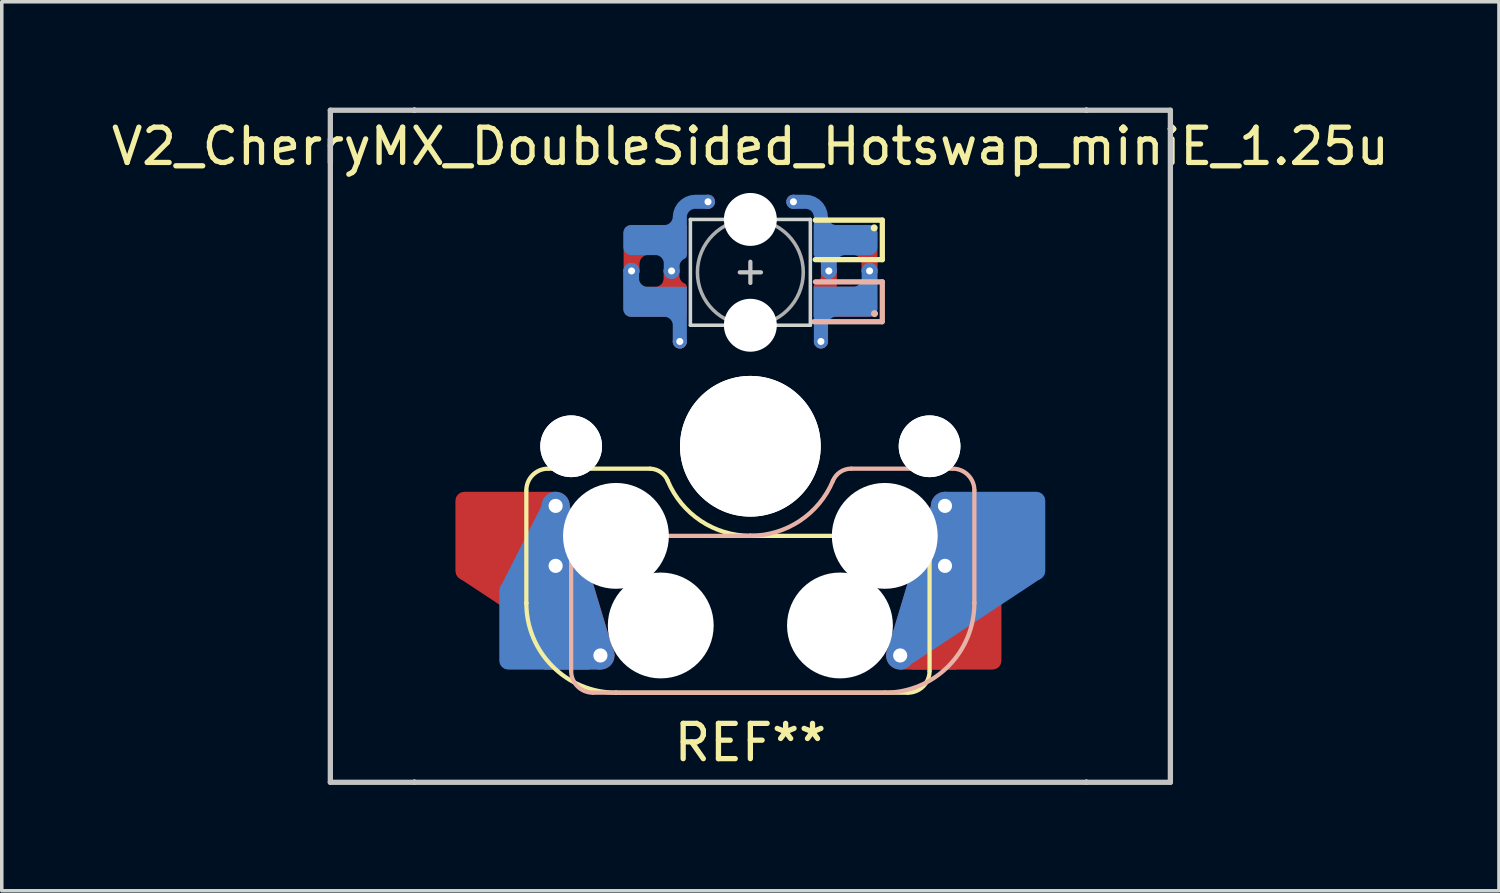
<source format=kicad_pcb>
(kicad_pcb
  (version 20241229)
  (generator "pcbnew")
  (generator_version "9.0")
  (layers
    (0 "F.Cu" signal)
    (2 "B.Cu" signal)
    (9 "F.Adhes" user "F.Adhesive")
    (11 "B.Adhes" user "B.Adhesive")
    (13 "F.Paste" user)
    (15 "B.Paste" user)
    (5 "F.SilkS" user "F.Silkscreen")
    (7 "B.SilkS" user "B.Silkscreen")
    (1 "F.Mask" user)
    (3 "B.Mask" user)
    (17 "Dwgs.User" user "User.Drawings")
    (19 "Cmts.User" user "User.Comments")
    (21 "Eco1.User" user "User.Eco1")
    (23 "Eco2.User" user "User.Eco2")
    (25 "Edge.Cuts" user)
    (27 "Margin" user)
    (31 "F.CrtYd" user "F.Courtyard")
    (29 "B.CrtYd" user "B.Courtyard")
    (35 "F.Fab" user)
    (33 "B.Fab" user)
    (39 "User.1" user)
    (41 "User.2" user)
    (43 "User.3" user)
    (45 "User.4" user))
  (footprint "V2_CherryMX_DoubleSided_Hotswap_miniE_1.25u"
    (layer "F.Cu")
    (at 18.22 9.6)
    (property "Reference" "V2_CherryMX_DoubleSided_Hotswap_miniE_1.25u" (at 0 -8.5 180) (layer "F.SilkS") (effects (font (size 1 1) (thickness 0.15))))
    (attr through_hole)
    (fp_poly (pts (xy -5.81 1.29) (xy -5.52 1.29) (xy -5.12 1.69) (xy -3.9 5.74) (xy -4.57 6.17) (xy -8.25 3.74)) (stroke (width 0) (type solid)) (fill yes) (layer "F.Cu"))
    (fp_poly (pts (xy 3.937 6) (xy 4.247 6.33) (xy 5.839 6.33) (xy 7.037 3.9) (xy 5.917 1.69) (xy 5.117 1.69) (xy 3.847 5.93) (xy 3.947 6.01)) (stroke (width 0) (type solid)) (fill yes) (layer "F.Cu"))
    (fp_poly (pts (xy 5.807 1.29) (xy 5.517 1.29) (xy 5.117 1.69) (xy 3.897 5.74) (xy 4.567 6.17) (xy 8.247 3.74)) (stroke (width 0) (type solid)) (fill yes) (layer "B.Cu"))
    (fp_poly (pts (xy -3.94 6) (xy -4.25 6.33) (xy -5.842 6.33) (xy -7.04 3.9) (xy -5.92 1.69) (xy -5.12 1.69) (xy -3.85 5.93) (xy -3.95 6.01)) (stroke (width 0) (type solid)) (fill yes) (layer "B.Cu"))
    (fp_line (start -6.35 4.445) (end -6.35 1.26) (stroke (width 0.12) (type solid)) (layer "F.SilkS"))
    (fp_line (start -6.35 4.445) (end -6.35 4.445) (stroke (width 0.12) (type solid)) (layer "F.SilkS"))
    (fp_line (start -5.73 0.635) (end -2.84 0.635) (stroke (width 0.12) (type solid)) (layer "F.SilkS"))
    (fp_line (start -3.81 6.985) (end -3.81 6.985) (stroke (width 0.12) (type solid)) (layer "F.SilkS"))
    (fp_line (start -3.81 6.985) (end 4.46 6.985) (stroke (width 0.12) (type solid)) (layer "F.SilkS"))
    (fp_line (start 0 2.54) (end 0 2.54) (stroke (width 0.12) (type solid)) (layer "F.SilkS"))
    (fp_line (start 0 2.54) (end 5.08 2.54) (stroke (width 0.12) (type solid)) (layer "F.SilkS"))
    (fp_line (start 3.74 -6.41) (end 1.84 -6.41) (stroke (width 0.15) (type solid)) (layer "F.SilkS"))
    (fp_line (start 3.74 -5.29) (end 1.84 -5.29) (stroke (width 0.15) (type solid)) (layer "F.SilkS"))
    (fp_line (start 3.74 -5.29) (end 3.74 -6.41) (stroke (width 0.15) (type solid)) (layer "F.SilkS"))
    (fp_line (start 5.08 2.54) (end 5.08 2.54) (stroke (width 0.12) (type solid)) (layer "F.SilkS"))
    (fp_line (start 5.08 2.54) (end 5.08 2.54) (stroke (width 0.12) (type solid)) (layer "F.SilkS"))
    (fp_line (start 5.08 6.37) (end 5.08 2.54) (stroke (width 0.12) (type solid)) (layer "F.SilkS"))
    (fp_arc (start -6.35 1.25) (mid -6.169871 0.815129) (end -5.735 0.635) (stroke (width 0.12) (type default)) (layer "F.SilkS"))
    (fp_arc (start -3.81 6.985) (mid -5.606051 6.241051) (end -6.35 4.445) (stroke (width 0.12) (type solid)) (layer "F.SilkS"))
    (fp_arc (start -2.840072 0.635) (mid -2.539136 0.734321) (end -2.34 0.980845) (stroke (width 0.12) (type default)) (layer "F.SilkS"))
    (fp_arc (start 0 2.54) (mid -1.405309 2.1152) (end -2.34 0.983072) (stroke (width 0.12) (type solid)) (layer "F.SilkS"))
    (fp_arc (start 5.080129 6.37) (mid 4.900001 6.804881) (end 4.465129 6.985) (stroke (width 0.12) (type default)) (layer "F.SilkS"))
    (fp_circle (center 3.51 -6.19) (end 3.41 -6.19) (stroke (width 0) (type solid)) (fill yes) (layer "F.SilkS"))
    (fp_line (start -5.08 2.54) (end -5.08 2.54) (stroke (width 0.12) (type solid)) (layer "B.SilkS"))
    (fp_line (start -5.08 2.54) (end -5.08 2.54) (stroke (width 0.12) (type solid)) (layer "B.SilkS"))
    (fp_line (start -5.08 6.36) (end -5.08 2.54) (stroke (width 0.12) (type solid)) (layer "B.SilkS"))
    (fp_line (start -4.46 6.985) (end 3.81 6.985) (stroke (width 0.12) (type solid)) (layer "B.SilkS"))
    (fp_line (start 0 2.54) (end -5.08 2.54) (stroke (width 0.12) (type solid)) (layer "B.SilkS"))
    (fp_line (start 0 2.54) (end 0 2.54) (stroke (width 0.12) (type solid)) (layer "B.SilkS"))
    (fp_line (start 1.8 -3.53) (end 3.724 -3.53) (stroke (width 0.15) (type solid)) (layer "B.SilkS"))
    (fp_line (start 2.86 0.635) (end 5.72 0.635) (stroke (width 0.12) (type solid)) (layer "B.SilkS"))
    (fp_line (start 3.74 -4.66) (end 1.846 -4.66) (stroke (width 0.15) (type solid)) (layer "B.SilkS"))
    (fp_line (start 3.74 -3.53) (end 3.74 -4.66) (stroke (width 0.15) (type solid)) (layer "B.SilkS"))
    (fp_line (start 3.81 6.985) (end 3.81 6.985) (stroke (width 0.12) (type solid)) (layer "B.SilkS"))
    (fp_line (start 6.35 1.25) (end 6.35 4.445) (stroke (width 0.12) (type solid)) (layer "B.SilkS"))
    (fp_line (start 6.35 4.445) (end 6.35 4.445) (stroke (width 0.12) (type solid)) (layer "B.SilkS"))
    (fp_arc (start -4.465 6.985) (mid -4.899871 6.804871) (end -5.08 6.37) (stroke (width 0.12) (type default)) (layer "B.SilkS"))
    (fp_arc (start 2.34 0.98) (mid 1.405313 2.11213) (end 0 2.536928) (stroke (width 0.12) (type solid)) (layer "B.SilkS"))
    (fp_arc (start 2.34 0.98) (mid 2.547383 0.727891) (end 2.859999 0.633863) (stroke (width 0.12) (type default)) (layer "B.SilkS"))
    (fp_arc (start 5.735129 0.635) (mid 6.169981 0.81514) (end 6.350129 1.25) (stroke (width 0.12) (type default)) (layer "B.SilkS"))
    (fp_arc (start 6.35 4.445) (mid 5.606051 6.241051) (end 3.81 6.985) (stroke (width 0.12) (type solid)) (layer "B.SilkS"))
    (fp_circle (center 3.52 -3.76) (end 3.62 -3.76) (stroke (width 0) (type solid)) (fill yes) (layer "B.SilkS"))
    (fp_line (start -11.906 -9.525) (end 11.906 -9.525) (stroke (width 0.15) (type solid)) (layer "Dwgs.User"))
    (fp_line (start -11.906 9.525) (end -11.906 -9.525) (stroke (width 0.15) (type solid)) (layer "Dwgs.User"))
    (fp_line (start -9.525 -9.525) (end -9.525 -9.525) (stroke (width 0.15) (type solid)) (layer "Dwgs.User"))
    (fp_line (start -9.525 -9.525) (end -9.525 -9.525) (stroke (width 0.15) (type solid)) (layer "Dwgs.User"))
    (fp_line (start -9.525 -9.525) (end -9.525 -9.525) (stroke (width 0.15) (type solid)) (layer "Dwgs.User"))
    (fp_line (start -9.525 -9.525) (end -9.525 -9.525) (stroke (width 0.15) (type solid)) (layer "Dwgs.User"))
    (fp_line (start -9.525 9.525) (end -9.525 9.525) (stroke (width 0.15) (type solid)) (layer "Dwgs.User"))
    (fp_line (start -9.525 9.525) (end -9.525 9.525) (stroke (width 0.15) (type solid)) (layer "Dwgs.User"))
    (fp_line (start -9.525 9.525) (end -9.525 9.525) (stroke (width 0.15) (type solid)) (layer "Dwgs.User"))
    (fp_line (start -9.525 9.525) (end -9.525 9.525) (stroke (width 0.15) (type solid)) (layer "Dwgs.User"))
    (fp_line (start -0.3 -4.93) (end 0.3 -4.93) (stroke (width 0.12) (type solid)) (layer "Dwgs.User"))
    (fp_line (start 0 -4.63) (end 0 -5.23) (stroke (width 0.12) (type solid)) (layer "Dwgs.User"))
    (fp_line (start 9.525 -9.525) (end 9.525 -9.525) (stroke (width 0.15) (type solid)) (layer "Dwgs.User"))
    (fp_line (start 9.525 -9.525) (end 9.525 -9.525) (stroke (width 0.15) (type solid)) (layer "Dwgs.User"))
    (fp_line (start 9.525 -9.525) (end 9.525 -9.525) (stroke (width 0.15) (type solid)) (layer "Dwgs.User"))
    (fp_line (start 9.525 -9.525) (end 9.525 -9.525) (stroke (width 0.15) (type solid)) (layer "Dwgs.User"))
    (fp_line (start 9.525 9.525) (end 9.525 9.525) (stroke (width 0.15) (type solid)) (layer "Dwgs.User"))
    (fp_line (start 9.525 9.525) (end 9.525 9.525) (stroke (width 0.15) (type solid)) (layer "Dwgs.User"))
    (fp_line (start 9.525 9.525) (end 9.525 9.525) (stroke (width 0.15) (type solid)) (layer "Dwgs.User"))
    (fp_line (start 9.525 9.525) (end 9.525 9.525) (stroke (width 0.15) (type solid)) (layer "Dwgs.User"))
    (fp_line (start 11.906 -9.525) (end 11.906 9.525) (stroke (width 0.15) (type solid)) (layer "Dwgs.User"))
    (fp_line (start 11.906 9.525) (end -11.906 9.525) (stroke (width 0.15) (type solid)) (layer "Dwgs.User"))
    (fp_line (start -1.7 -6.43) (end -1.7 -3.43) (stroke (width 0.1) (type solid)) (layer "Edge.Cuts"))
    (fp_line (start 1.7 -6.43) (end -1.7 -6.43) (stroke (width 0.1) (type solid)) (layer "Edge.Cuts"))
    (fp_line (start 1.7 -3.43) (end -1.7 -3.43) (stroke (width 0.1) (type solid)) (layer "Edge.Cuts"))
    (fp_line (start 1.7 -3.43) (end 1.7 -6.43) (stroke (width 0.1) (type solid)) (layer "Edge.Cuts"))
    (fp_circle (center 0 -4.93) (end 0 -6.43) (stroke (width 0.1) (type solid)) (fill no) (layer "F.Fab"))
    (fp_line (start -9.525 9.525) (end -9.525 -9.525) (stroke (width 0.15) (type solid)) (layer "User.2"))
    (fp_line (start 9.525 -9.525) (end -9.525 -9.525) (stroke (width 0.15) (type solid)) (layer "User.2"))
    (fp_line (start 9.525 9.525) (end -9.525 9.525) (stroke (width 0.15) (type solid)) (layer "User.2"))
    (fp_line (start 9.525 9.525) (end 9.525 -9.525) (stroke (width 0.15) (type solid)) (layer "User.2"))
    (fp_text user "REF**" (at 0 8.4 0) (layer "F.SilkS") (effects (font (size 1 1) (thickness 0.15))))
    (pad "" np_thru_hole circle (at -5.08 0 180) (size 1.75 1.75) (drill 1.75) (layers "*.Cu" "*.Mask"))
    (pad "" np_thru_hole circle (at -5.08 0 180) (size 1.75 1.75) (drill 1.75) (layers "*.Cu" "*.Mask"))
    (pad "" np_thru_hole circle (at -3.81 2.54 180) (size 3 3) (drill 3) (layers "*.Cu" "*.Mask"))
    (pad "" smd roundrect (at -2.69 -5.845) (size 1.82 0.85) (layers "B.Mask") (roundrect_rratio 0.25) (chamfer_ratio 0) (chamfer top_right bottom_right))
    (pad "" smd roundrect (at -2.69 -4.095 180) (size 1.82 0.85) (layers "F.Mask") (roundrect_rratio 0.25) (chamfer_ratio 0) (chamfer top_left bottom_left))
    (pad "" smd roundrect (at -2.69 -4.095) (size 1.82 0.84) (layers "B.Mask") (roundrect_rratio 0.25) (chamfer_ratio 0) (chamfer top_right bottom_right))
    (pad "" smd roundrect (at -2.685 -5.855 180) (size 1.83 0.85) (layers "F.Mask") (roundrect_rratio 0.25) (chamfer_ratio 0) (chamfer top_left bottom_left))
    (pad "" np_thru_hole circle (at -2.54 5.08 180) (size 3 3) (drill 3) (layers "*.Cu" "*.Mask"))
    (pad "" np_thru_hole circle (at 0 -6.43 180) (size 1.5 1.5) (drill 1.5) (layers "*.Cu" "*.Mask"))
    (pad "" np_thru_hole circle (at 0 -3.43 180) (size 1.5 1.5) (drill 1.5) (layers "*.Cu" "*.Mask"))
    (pad "" np_thru_hole circle (at 0 0 180) (size 3.988 3.988) (drill 3.988) (layers "*.Cu" "*.Mask"))
    (pad "" np_thru_hole circle (at 0 0 180) (size 3.988 3.988) (drill 3.988) (layers "*.Cu" "*.Mask"))
    (pad "" smd rect (at 2.47 -5.85) (size 1.38 0.84) (layers "F.Mask"))
    (pad "" smd rect (at 2.47 -4.09 180) (size 1.38 0.84) (layers "B.Mask"))
    (pad "" np_thru_hole circle (at 2.54 5.08 180) (size 3 3) (drill 3) (layers "*.Cu" "*.Mask"))
    (pad "" smd roundrect (at 2.685 -4.095) (size 1.83 0.85) (layers "F.Mask") (roundrect_rratio 0.25) (chamfer_ratio 0) (chamfer top_left bottom_left))
    (pad "" smd roundrect (at 2.69 -5.84 180) (size 1.82 0.84) (layers "B.Mask") (roundrect_rratio 0.25) (chamfer_ratio 0) (chamfer top_right bottom_right))
    (pad "" smd roundrect (at 2.855 -5.85) (size 1.49 0.84) (layers "F.Mask") (roundrect_rratio 0.25) (chamfer_ratio 0.5) (chamfer top_right))
    (pad "" smd roundrect (at 2.855 -4.09 180) (size 1.49 0.84) (layers "B.Mask") (roundrect_rratio 0.25) (chamfer_ratio 0.5) (chamfer top_left))
    (pad "" np_thru_hole circle (at 3.81 2.54 180) (size 3 3) (drill 3) (layers "*.Cu" "*.Mask"))
    (pad "" np_thru_hole circle (at 5.08 0 180) (size 1.75 1.75) (drill 1.75) (layers "*.Cu" "*.Mask"))
    (pad "" np_thru_hole circle (at 5.08 0 180) (size 1.75 1.75) (drill 1.75) (layers "*.Cu" "*.Mask"))
    (pad "1" smd custom (at -2.7 -5.845) (size 0.85 0.85) (layers "B.Cu") (options (anchor circle)) (primitives (gr_arc (start 0.698874 -0.666126) (mid 0.57 -0.355) (end 0.258874 -0.226126) (width 0.4)) (gr_arc (start 0.7 -0.645) (mid 0.828874 -0.956126) (end 1.14 -1.085) (width 0.4)) (gr_line (start 1.18 -1.085) (end 1.48 -1.085) (width 0.4)) (gr_line (start 0.7 -0.645) (end 0.7 -0.165) (width 0.4)) (gr_line (start 0.47 0.875) (end 0.47 0.275) (width 0.45)) (gr_arc (start 0.592691 0.750315) (mid 0.650001 0.56089) (end 0.802705 0.435002) (width 0.2)) (gr_arc (start 0.005 0.225) (mid 0.316126 0.353874) (end 0.445 0.665) (width 0.4)) (gr_poly (pts (xy -0.9 -0.212) (xy -0.884 -0.294) (xy -0.838 -0.363) (xy -0.769 -0.409) (xy -0.688 -0.425) (xy 0.9 -0.425) (xy 0.9 0.425) (xy -0.688 0.425) (xy -0.769 0.409) (xy -0.838 0.363) (xy -0.884 0.294) (xy -0.9 0.212)) (width 0) (fill yes))))
    (pad "1" smd custom (at -2.7 -4.095) (size 0.85 0.85) (layers "F.Cu") (options (anchor circle)) (primitives (gr_arc (start 0.44 -0.665) (mid 0.311126 -0.353874) (end 0 -0.225) (width 0.4)) (gr_arc (start 0.798298 -0.429684) (mid 0.645594 -0.555573) (end 0.588284 -0.744999) (width 0.2)) (gr_line (start 0.466 -0.874) (end 0.466 -0.184) (width 0.45)) (gr_poly (pts (xy -0.9 -0.212) (xy -0.884 -0.294) (xy -0.838 -0.363) (xy -0.769 -0.409) (xy -0.688 -0.425) (xy 0.9 -0.425) (xy 0.9 0.425) (xy -0.688 0.425) (xy -0.769 0.409) (xy -0.838 0.363) (xy -0.884 0.294) (xy -0.9 0.212)) (width 0) (fill yes))))
    (pad "1" thru_hole circle (at -2.234 -4.969 180) (size 0.45 0.45) (drill 0.2) (layers "*.Cu"))
    (pad "1" thru_hole circle (at -1.2 -6.93) (size 0.4 0.4) (drill 0.2) (layers "*.Cu"))
    (pad "2" thru_hole circle (at -3.368 -4.97 180) (size 0.45 0.45) (drill 0.2) (layers "*.Cu"))
    (pad "2" smd custom (at -2.7 -4.095 180) (size 0.85 0.85) (layers "B.Cu") (options (anchor circle)) (primitives (gr_poly (pts (xy -0.9 -0.425) (xy 0.688 -0.425) (xy 0.769 -0.409) (xy 0.838 -0.363) (xy 0.884 -0.294) (xy 0.9 -0.212) (xy 0.9 0.212) (xy 0.884 0.294) (xy 0.838 0.363) (xy 0.769 0.409) (xy 0.688 0.425) (xy -0.9 0.425)) (width 0) (fill yes)) (gr_line (start -0.7 -1.125) (end -0.7 -0.225) (width 0.4)) (gr_arc (start -0.26 -0.226126) (mid -0.571126 -0.355) (end -0.7 -0.666126) (width 0.4)) (gr_line (start 0.68 0.875) (end 0.68 0.275) (width 0.45)) (gr_arc (start 0.215 0.225) (mid 0.526126 0.353874) (end 0.655 0.665) (width 0.4))))
    (pad "2" smd custom (at -2.693 -5.845 180) (size 0.85 0.85) (layers "F.Cu") (options (anchor circle)) (primitives (gr_arc (start 0.645874 -0.666126) (mid 0.517 -0.355) (end 0.205874 -0.226126) (width 0.4)) (gr_line (start 0.675 -0.875) (end 0.675 -0.135) (width 0.45)) (gr_poly (pts (xy -0.9 -0.425) (xy 0.9 -0.425) (xy 0.9 0.212) (xy 0.884 0.294) (xy 0.838 0.363) (xy 0.769 0.409) (xy 0.688 0.425) (xy -0.9 0.425)) (width 0) (fill yes))))
    (pad "2" thru_hole circle (at -2 -2.97 180) (size 0.4 0.4) (drill 0.2) (layers "*.Cu"))
    (pad "3" thru_hole circle (at 2 -2.97 180) (size 0.4 0.4) (drill 0.2) (layers "*.Cu"))
    (pad "3" smd custom (at 2.7 -4.1 180) (size 0.85 0.85) (layers "B.Cu") (options (anchor circle)) (primitives (gr_poly (pts (xy 0.9 -0.425) (xy -0.688 -0.425) (xy -0.769 -0.409) (xy -0.838 -0.363) (xy -0.884 -0.294) (xy -0.9 -0.212) (xy -0.9 0.212) (xy -0.884 0.294) (xy -0.838 0.363) (xy -0.769 0.409) (xy -0.688 0.425) (xy 0.9 0.425)) (width 0) (fill yes)) (gr_line (start 0.7 -0.225) (end 0.7 -1.125) (width 0.4)) (gr_arc (start 0.7 -0.666126) (mid 0.571126 -0.355) (end 0.26 -0.226126) (width 0.4)) (gr_line (start -0.68 0.275) (end -0.68 0.875) (width 0.45)) (gr_arc (start -0.655 0.665) (mid -0.526126 0.353874) (end -0.215 0.225) (width 0.4))))
    (pad "3" smd custom (at 2.705 -5.845 180) (size 0.85 0.85) (layers "F.Cu") (options (anchor circle)) (primitives (gr_arc (start -0.205 -0.225) (mid -0.516126 -0.353874) (end -0.645 -0.665) (width 0.4)) (gr_poly (pts (xy -0.494 -0.354) (xy -0.85 -0.354) (xy -0.85 -0.887) (xy -0.494 -0.887)) (width 0.1) (fill yes)) (gr_poly (pts (xy -0.9 -0.425) (xy 0.91 -0.425) (xy 0.91 0.425) (xy -0.688 0.425) (xy -0.769 0.409) (xy -0.838 0.363) (xy -0.884 0.294) (xy -0.9 0.212)) (width 0) (fill yes))))
    (pad "3" thru_hole circle (at 3.38 -4.97 180) (size 0.45 0.45) (drill 0.2) (layers "*.Cu"))
    (pad "4" thru_hole circle (at 1.22 -6.93) (size 0.4 0.4) (drill 0.2) (layers "*.Cu"))
    (pad "4" thru_hole circle (at 2.225 -4.97 180) (size 0.45 0.45) (drill 0.2) (layers "*.Cu"))
    (pad "4" smd custom (at 2.7 -5.845) (size 0.85 0.85) (layers "B.Cu") (options (anchor circle)) (primitives (gr_arc (start -0.26 -0.226126) (mid -0.571126 -0.355) (end -0.7 -0.666126) (width 0.4)) (gr_line (start -0.7 -0.645) (end -0.7 -0.165) (width 0.4)) (gr_arc (start -1.14 -1.085) (mid -0.828874 -0.956126) (end -0.7 -0.645) (width 0.4)) (gr_line (start -1.18 -1.085) (end -1.48 -1.085) (width 0.4)) (gr_line (start -0.475 0.875) (end -0.475 0.275) (width 0.45)) (gr_arc (start -0.8 0.415) (mid -0.647296 0.540889) (end -0.589986 0.730315) (width 0.2)) (gr_arc (start -0.45 0.665) (mid -0.321126 0.353874) (end -0.01 0.225) (width 0.4)) (gr_poly (pts (xy -0.9 -0.425) (xy 0.688 -0.425) (xy 0.769 -0.409) (xy 0.838 -0.363) (xy 0.884 -0.294) (xy 0.9 -0.212) (xy 0.9 0.212) (xy 0.884 0.294) (xy 0.838 0.363) (xy 0.769 0.409) (xy 0.688 0.425) (xy -0.9 0.425)) (width 0) (fill yes))))
    (pad "4" smd custom (at 2.7 -4.095) (size 0.85 0.85) (layers "F.Cu") (options (anchor circle)) (primitives (gr_line (start -0.475 -0.875) (end -0.475 -0.235) (width 0.45)) (gr_arc (start -0.599987 -0.740315) (mid -0.657296 -0.550889) (end -0.81 -0.425001) (width 0.2)) (gr_poly (pts (xy -0.91 -0.425) (xy 0.688 -0.425) (xy 0.769 -0.409) (xy 0.838 -0.363) (xy 0.884 -0.294) (xy 0.9 -0.212) (xy 0.9 0.212) (xy 0.884 0.294) (xy 0.838 0.363) (xy 0.769 0.409) (xy 0.688 0.425) (xy -0.91 0.425)) (width 0) (fill yes))))
    (pad "5" thru_hole circle (at 4.247 5.93 180) (size 0.8 0.8) (drill 0.4) (layers "*.Cu"))
    (pad "5" thru_hole circle (at 5.517 1.69 180) (size 0.8 0.8) (drill 0.4) (layers "*.Cu"))
    (pad "5" thru_hole circle (at 5.517 3.39 180) (size 0.8 0.8) (drill 0.4) (layers "*.Cu"))
    (pad "5" smd roundrect (at 5.842 5.08 180) (size 2.55 2.5) (layers "F.Cu" "F.Mask" "F.Paste") (roundrect_rratio 0.1) (chamfer_ratio 0) (chamfer top_right bottom_right))
    (pad "5" smd roundrect (at 7.085 2.54 180) (size 2.55 2.5) (layers "B.Cu" "B.Mask" "B.Paste") (roundrect_rratio 0.1) (chamfer_ratio 0) (chamfer top_right bottom_right))
    (pad "6" smd roundrect (at -7.085 2.54 180) (size 2.55 2.5) (layers "F.Cu" "F.Mask" "F.Paste") (roundrect_rratio 0.1) (chamfer_ratio 0) (chamfer top_left bottom_left))
    (pad "6" smd roundrect (at -5.842 5.08 180) (size 2.55 2.5) (layers "B.Cu" "B.Mask" "B.Paste") (roundrect_rratio 0.1) (chamfer_ratio 0) (chamfer top_left bottom_left))
    (pad "6" thru_hole circle (at -5.52 1.69 180) (size 0.8 0.8) (drill 0.4) (layers "*.Cu"))
    (pad "6" thru_hole circle (at -5.52 3.39 180) (size 0.8 0.8) (drill 0.4) (layers "*.Cu"))
    (pad "6" thru_hole circle (at -4.25 5.93 180) (size 0.8 0.8) (drill 0.4) (layers "*.Cu")))
  (gr_rect
    (start -3 -3)
    (end 39.44 22.2)
    (stroke (width 0.1) (type default))
    (fill no)
    (layer "Edge.Cuts")))
</source>
